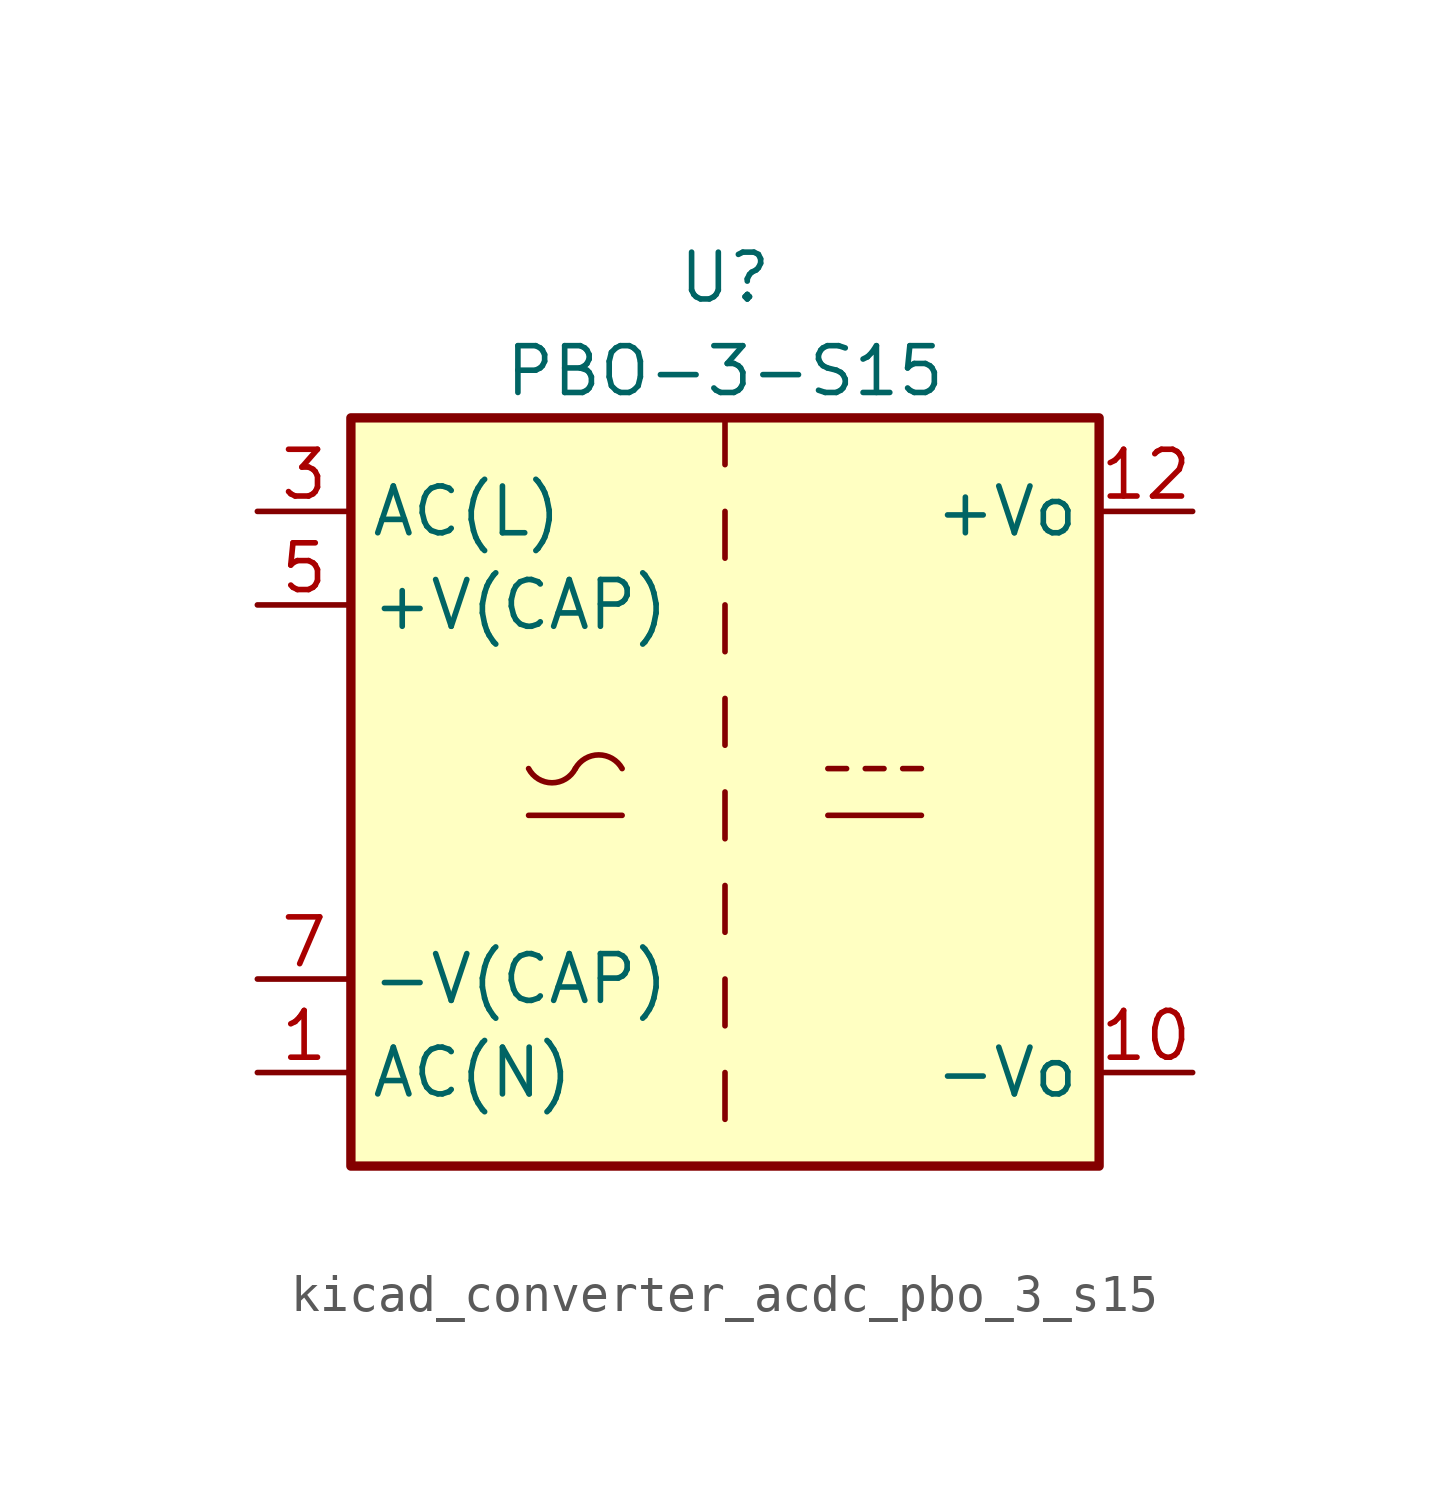
<source format=kicad_sym>
(kicad_symbol_lib
  (version 20220914)
  (generator kicad_symbol_editor)
  (symbol "kicad_converter_acdc_pbo_3_s15"
    (property "Reference" "U"
      (at 0 13.97 0)
      (effects (font (size 1.27 1.27))))
    (property "Value" "PBO-3-S15"
      (at 0 11.43 0)
      (effects (font (size 1.27 1.27))))
    (symbol "kicad_converter_acdc_pbo_3_s15_1_1"
      (rectangle (start -10.16 10.16) (end 10.16 -10.16) (stroke (width 0.254) (type default)) (fill (type background)))
      (arc (start -5.334 0.635) (mid -4.699 0.2495) (end -4.064 0.635) (stroke (width 0) (type default)) (fill (type none)))
      (arc (start -2.794 0.635) (mid -3.429 1.0072) (end -4.064 0.635) (stroke (width 0) (type default)) (fill (type none)))
      (polyline (pts (xy -5.334 -0.635) (xy -2.794 -0.635)) (stroke (width 0) (type default)) (fill (type none)))
      (polyline (pts (xy 0 -7.62) (xy 0 -8.89)) (stroke (width 0) (type default)) (fill (type none)))
      (polyline (pts (xy 0 -5.08) (xy 0 -6.35)) (stroke (width 0) (type default)) (fill (type none)))
      (polyline (pts (xy 0 -2.54) (xy 0 -3.81)) (stroke (width 0) (type default)) (fill (type none)))
      (polyline (pts (xy 0 0) (xy 0 -1.27)) (stroke (width 0) (type default)) (fill (type none)))
      (polyline (pts (xy 0 2.54) (xy 0 1.27)) (stroke (width 0) (type default)) (fill (type none)))
      (polyline (pts (xy 0 5.08) (xy 0 3.81)) (stroke (width 0) (type default)) (fill (type none)))
      (polyline (pts (xy 0 7.62) (xy 0 6.35)) (stroke (width 0) (type default)) (fill (type none)))
      (polyline (pts (xy 0 10.16) (xy 0 8.89)) (stroke (width 0) (type default)) (fill (type none)))
      (polyline (pts (xy 2.794 -0.635) (xy 5.334 -0.635)) (stroke (width 0) (type default)) (fill (type none)))
      (polyline (pts (xy 2.794 0.635) (xy 3.302 0.635)) (stroke (width 0) (type default)) (fill (type none)))
      (polyline (pts (xy 3.81 0.635) (xy 4.318 0.635)) (stroke (width 0) (type default)) (fill (type none)))
      (polyline (pts (xy 4.826 0.635) (xy 5.334 0.635)) (stroke (width 0) (type default)) (fill (type none)))
      (pin power_in line (at -12.7 -7.62 0) (length 2.54) (name "AC(N)" (effects (font (size 1.27 1.27)))) (number "1" (effects (font (size 1.27 1.27)))))
      (pin power_out line (at 12.7 -7.62 180) (length 2.54) (name "-Vo" (effects (font (size 1.27 1.27)))) (number "10" (effects (font (size 1.27 1.27)))))
      (pin power_out line (at 12.7 7.62 180) (length 2.54) (name "+Vo" (effects (font (size 1.27 1.27)))) (number "12" (effects (font (size 1.27 1.27)))))
      (pin power_in line (at -12.7 7.62 0) (length 2.54) (name "AC(L)" (effects (font (size 1.27 1.27)))) (number "3" (effects (font (size 1.27 1.27)))))
      (pin passive line (at -12.7 5.08 0) (length 2.54) (name "+V(CAP)" (effects (font (size 1.27 1.27)))) (number "5" (effects (font (size 1.27 1.27)))))
      (pin passive line (at -12.7 -5.08 0) (length 2.54) (name "-V(CAP)" (effects (font (size 1.27 1.27)))) (number "7" (effects (font (size 1.27 1.27))))))))
</source>
